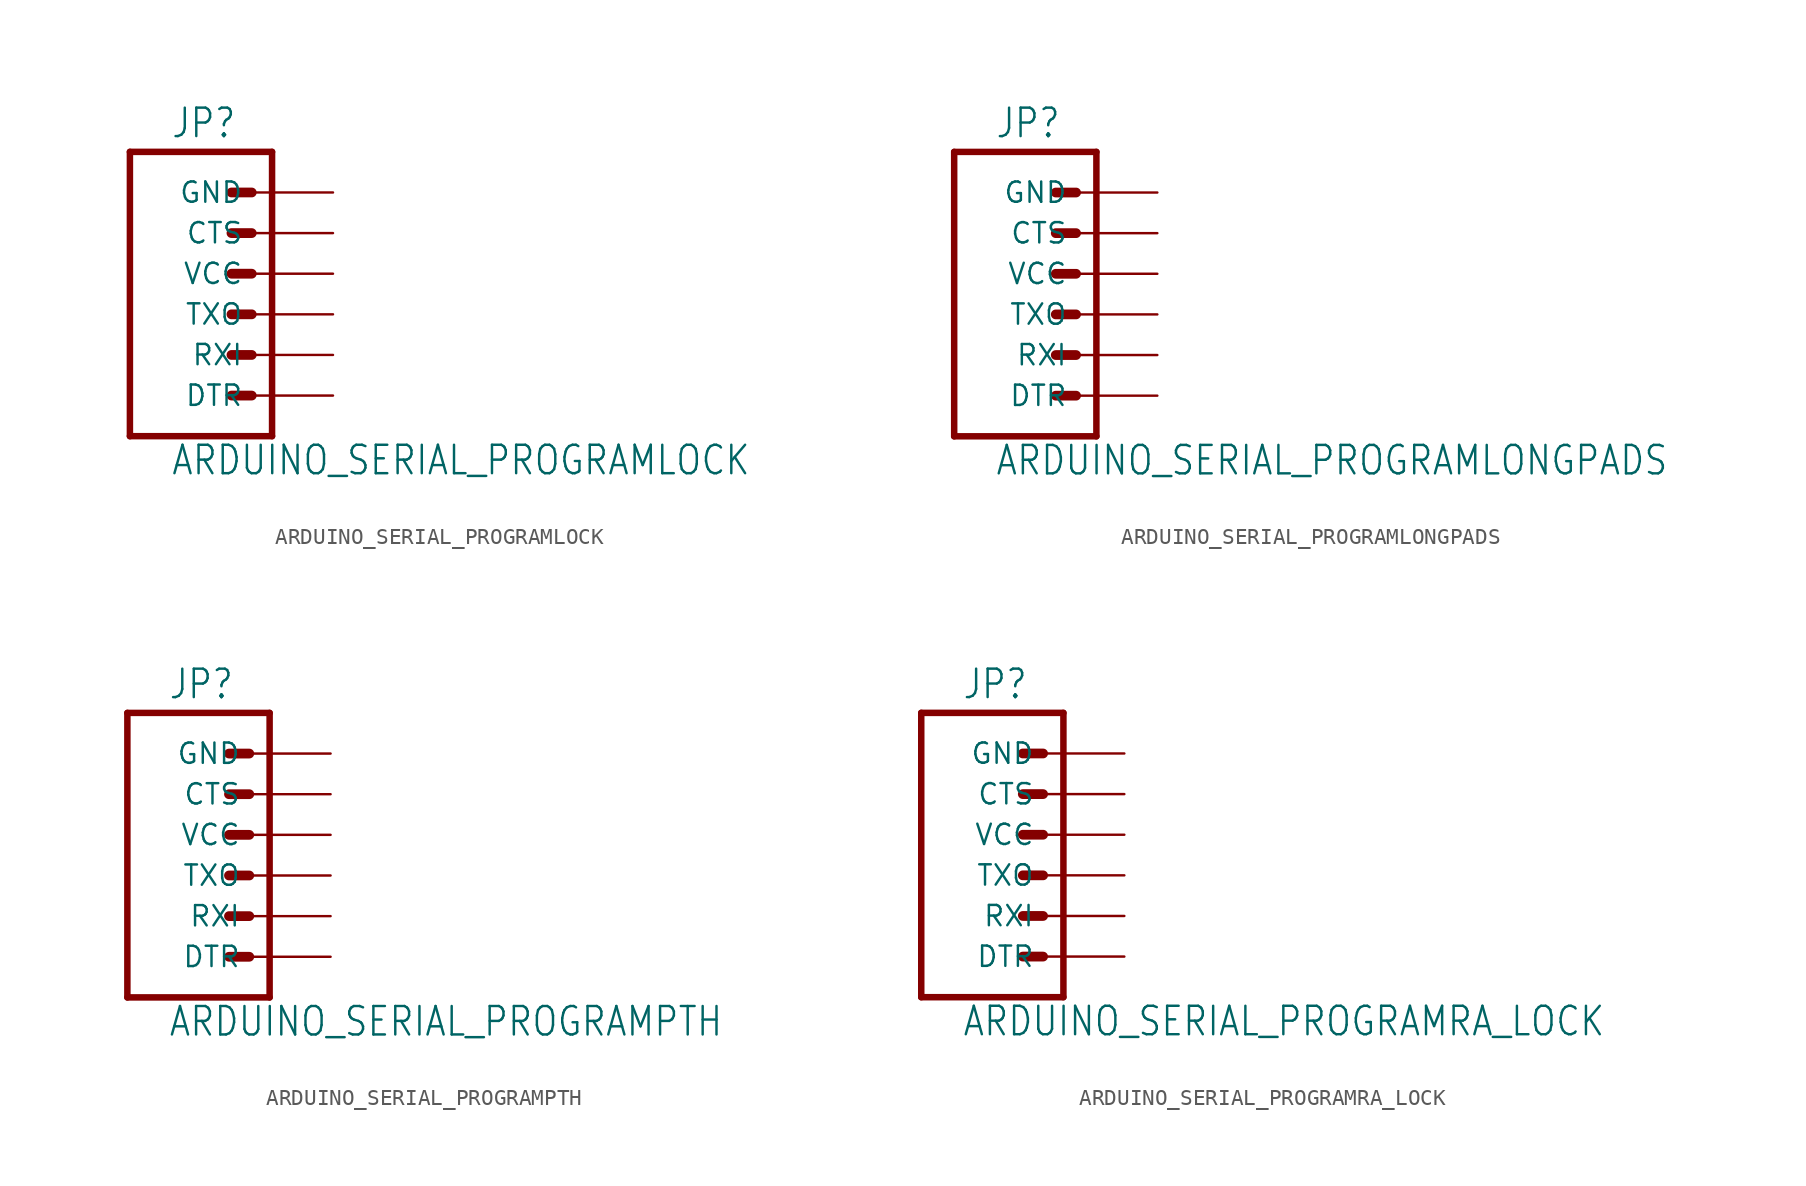
<source format=kicad_sym>
(kicad_symbol_lib
  (version 20211014)
  (generator kicad_symbol_editor)
  (symbol "ARDUINO_SERIAL_PROGRAMLOCK"
    (property "Reference" "JP"
      (at -5.08 10.922 0)
      (effects (font (size 1.778 1.511)) (justify left bottom)))
    (property "Value" "ARDUINO_SERIAL_PROGRAMLOCK"
      (at -5.08 -10.16 0)
      (effects (font (size 1.778 1.511)) (justify left bottom)))
    (property "ki_locked" ""
      (at 0 0 0)
      (effects (font (size 1.27 1.27))))
    (symbol "ARDUINO_SERIAL_PROGRAMLOCK_1_0"
      (polyline (pts (xy -7.62 10.16) (xy -7.62 -7.62)) (stroke (width 0.406) (type default) (color 0 0 0 0)) (fill (type none)))
      (polyline (pts (xy -7.62 10.16) (xy 1.27 10.16)) (stroke (width 0.406) (type default) (color 0 0 0 0)) (fill (type none)))
      (polyline (pts (xy -1.27 -5.08) (xy 0 -5.08)) (stroke (width 0.61) (type default) (color 0 0 0 0)) (fill (type none)))
      (polyline (pts (xy -1.27 -2.54) (xy 0 -2.54)) (stroke (width 0.61) (type default) (color 0 0 0 0)) (fill (type none)))
      (polyline (pts (xy -1.27 0) (xy 0 0)) (stroke (width 0.61) (type default) (color 0 0 0 0)) (fill (type none)))
      (polyline (pts (xy -1.27 2.54) (xy 0 2.54)) (stroke (width 0.61) (type default) (color 0 0 0 0)) (fill (type none)))
      (polyline (pts (xy -1.27 5.08) (xy 0 5.08)) (stroke (width 0.61) (type default) (color 0 0 0 0)) (fill (type none)))
      (polyline (pts (xy -1.27 7.62) (xy 0 7.62)) (stroke (width 0.61) (type default) (color 0 0 0 0)) (fill (type none)))
      (polyline (pts (xy 1.27 -7.62) (xy -7.62 -7.62)) (stroke (width 0.406) (type default) (color 0 0 0 0)) (fill (type none)))
      (polyline (pts (xy 1.27 -7.62) (xy 1.27 10.16)) (stroke (width 0.406) (type default) (color 0 0 0 0)) (fill (type none)))
      (pin passive line (at 5.08 -5.08 180) (length 5.08) (name "DTR" (effects (font (size 1.27 1.27)))) (number "1" (effects (font (size 0 0)))))
      (pin passive line (at 5.08 -2.54 180) (length 5.08) (name "RXI" (effects (font (size 1.27 1.27)))) (number "2" (effects (font (size 0 0)))))
      (pin passive line (at 5.08 0 180) (length 5.08) (name "TXO" (effects (font (size 1.27 1.27)))) (number "3" (effects (font (size 0 0)))))
      (pin passive line (at 5.08 2.54 180) (length 5.08) (name "VCC" (effects (font (size 1.27 1.27)))) (number "4" (effects (font (size 0 0)))))
      (pin passive line (at 5.08 5.08 180) (length 5.08) (name "CTS" (effects (font (size 1.27 1.27)))) (number "5" (effects (font (size 0 0)))))
      (pin passive line (at 5.08 7.62 180) (length 5.08) (name "GND" (effects (font (size 1.27 1.27)))) (number "6" (effects (font (size 0 0)))))))
  (symbol "ARDUINO_SERIAL_PROGRAMLONGPADS"
    (property "Reference" "JP"
      (at -5.08 10.922 0)
      (effects (font (size 1.778 1.511)) (justify left bottom)))
    (property "Value" "ARDUINO_SERIAL_PROGRAMLONGPADS"
      (at -5.08 -10.16 0)
      (effects (font (size 1.778 1.511)) (justify left bottom)))
    (property "ki_locked" ""
      (at 0 0 0)
      (effects (font (size 1.27 1.27))))
    (symbol "ARDUINO_SERIAL_PROGRAMLONGPADS_1_0"
      (polyline (pts (xy -7.62 10.16) (xy -7.62 -7.62)) (stroke (width 0.406) (type default) (color 0 0 0 0)) (fill (type none)))
      (polyline (pts (xy -7.62 10.16) (xy 1.27 10.16)) (stroke (width 0.406) (type default) (color 0 0 0 0)) (fill (type none)))
      (polyline (pts (xy -1.27 -5.08) (xy 0 -5.08)) (stroke (width 0.61) (type default) (color 0 0 0 0)) (fill (type none)))
      (polyline (pts (xy -1.27 -2.54) (xy 0 -2.54)) (stroke (width 0.61) (type default) (color 0 0 0 0)) (fill (type none)))
      (polyline (pts (xy -1.27 0) (xy 0 0)) (stroke (width 0.61) (type default) (color 0 0 0 0)) (fill (type none)))
      (polyline (pts (xy -1.27 2.54) (xy 0 2.54)) (stroke (width 0.61) (type default) (color 0 0 0 0)) (fill (type none)))
      (polyline (pts (xy -1.27 5.08) (xy 0 5.08)) (stroke (width 0.61) (type default) (color 0 0 0 0)) (fill (type none)))
      (polyline (pts (xy -1.27 7.62) (xy 0 7.62)) (stroke (width 0.61) (type default) (color 0 0 0 0)) (fill (type none)))
      (polyline (pts (xy 1.27 -7.62) (xy -7.62 -7.62)) (stroke (width 0.406) (type default) (color 0 0 0 0)) (fill (type none)))
      (polyline (pts (xy 1.27 -7.62) (xy 1.27 10.16)) (stroke (width 0.406) (type default) (color 0 0 0 0)) (fill (type none)))
      (pin passive line (at 5.08 -5.08 180) (length 5.08) (name "DTR" (effects (font (size 1.27 1.27)))) (number "1" (effects (font (size 0 0)))))
      (pin passive line (at 5.08 -2.54 180) (length 5.08) (name "RXI" (effects (font (size 1.27 1.27)))) (number "2" (effects (font (size 0 0)))))
      (pin passive line (at 5.08 0 180) (length 5.08) (name "TXO" (effects (font (size 1.27 1.27)))) (number "3" (effects (font (size 0 0)))))
      (pin passive line (at 5.08 2.54 180) (length 5.08) (name "VCC" (effects (font (size 1.27 1.27)))) (number "4" (effects (font (size 0 0)))))
      (pin passive line (at 5.08 5.08 180) (length 5.08) (name "CTS" (effects (font (size 1.27 1.27)))) (number "5" (effects (font (size 0 0)))))
      (pin passive line (at 5.08 7.62 180) (length 5.08) (name "GND" (effects (font (size 1.27 1.27)))) (number "6" (effects (font (size 0 0)))))))
  (symbol "ARDUINO_SERIAL_PROGRAMPTH"
    (property "Reference" "JP"
      (at -5.08 10.922 0)
      (effects (font (size 1.778 1.511)) (justify left bottom)))
    (property "Value" "ARDUINO_SERIAL_PROGRAMPTH"
      (at -5.08 -10.16 0)
      (effects (font (size 1.778 1.511)) (justify left bottom)))
    (property "ki_locked" ""
      (at 0 0 0)
      (effects (font (size 1.27 1.27))))
    (symbol "ARDUINO_SERIAL_PROGRAMPTH_1_0"
      (polyline (pts (xy -7.62 10.16) (xy -7.62 -7.62)) (stroke (width 0.406) (type default) (color 0 0 0 0)) (fill (type none)))
      (polyline (pts (xy -7.62 10.16) (xy 1.27 10.16)) (stroke (width 0.406) (type default) (color 0 0 0 0)) (fill (type none)))
      (polyline (pts (xy -1.27 -5.08) (xy 0 -5.08)) (stroke (width 0.61) (type default) (color 0 0 0 0)) (fill (type none)))
      (polyline (pts (xy -1.27 -2.54) (xy 0 -2.54)) (stroke (width 0.61) (type default) (color 0 0 0 0)) (fill (type none)))
      (polyline (pts (xy -1.27 0) (xy 0 0)) (stroke (width 0.61) (type default) (color 0 0 0 0)) (fill (type none)))
      (polyline (pts (xy -1.27 2.54) (xy 0 2.54)) (stroke (width 0.61) (type default) (color 0 0 0 0)) (fill (type none)))
      (polyline (pts (xy -1.27 5.08) (xy 0 5.08)) (stroke (width 0.61) (type default) (color 0 0 0 0)) (fill (type none)))
      (polyline (pts (xy -1.27 7.62) (xy 0 7.62)) (stroke (width 0.61) (type default) (color 0 0 0 0)) (fill (type none)))
      (polyline (pts (xy 1.27 -7.62) (xy -7.62 -7.62)) (stroke (width 0.406) (type default) (color 0 0 0 0)) (fill (type none)))
      (polyline (pts (xy 1.27 -7.62) (xy 1.27 10.16)) (stroke (width 0.406) (type default) (color 0 0 0 0)) (fill (type none)))
      (pin passive line (at 5.08 -5.08 180) (length 5.08) (name "DTR" (effects (font (size 1.27 1.27)))) (number "1" (effects (font (size 0 0)))))
      (pin passive line (at 5.08 -2.54 180) (length 5.08) (name "RXI" (effects (font (size 1.27 1.27)))) (number "2" (effects (font (size 0 0)))))
      (pin passive line (at 5.08 0 180) (length 5.08) (name "TXO" (effects (font (size 1.27 1.27)))) (number "3" (effects (font (size 0 0)))))
      (pin passive line (at 5.08 2.54 180) (length 5.08) (name "VCC" (effects (font (size 1.27 1.27)))) (number "4" (effects (font (size 0 0)))))
      (pin passive line (at 5.08 5.08 180) (length 5.08) (name "CTS" (effects (font (size 1.27 1.27)))) (number "5" (effects (font (size 0 0)))))
      (pin passive line (at 5.08 7.62 180) (length 5.08) (name "GND" (effects (font (size 1.27 1.27)))) (number "6" (effects (font (size 0 0)))))))
  (symbol "ARDUINO_SERIAL_PROGRAMRA_LOCK"
    (property "Reference" "JP"
      (at -5.08 10.922 0)
      (effects (font (size 1.778 1.511)) (justify left bottom)))
    (property "Value" "ARDUINO_SERIAL_PROGRAMRA_LOCK"
      (at -5.08 -10.16 0)
      (effects (font (size 1.778 1.511)) (justify left bottom)))
    (property "ki_locked" ""
      (at 0 0 0)
      (effects (font (size 1.27 1.27))))
    (symbol "ARDUINO_SERIAL_PROGRAMRA_LOCK_1_0"
      (polyline (pts (xy -7.62 10.16) (xy -7.62 -7.62)) (stroke (width 0.406) (type default) (color 0 0 0 0)) (fill (type none)))
      (polyline (pts (xy -7.62 10.16) (xy 1.27 10.16)) (stroke (width 0.406) (type default) (color 0 0 0 0)) (fill (type none)))
      (polyline (pts (xy -1.27 -5.08) (xy 0 -5.08)) (stroke (width 0.61) (type default) (color 0 0 0 0)) (fill (type none)))
      (polyline (pts (xy -1.27 -2.54) (xy 0 -2.54)) (stroke (width 0.61) (type default) (color 0 0 0 0)) (fill (type none)))
      (polyline (pts (xy -1.27 0) (xy 0 0)) (stroke (width 0.61) (type default) (color 0 0 0 0)) (fill (type none)))
      (polyline (pts (xy -1.27 2.54) (xy 0 2.54)) (stroke (width 0.61) (type default) (color 0 0 0 0)) (fill (type none)))
      (polyline (pts (xy -1.27 5.08) (xy 0 5.08)) (stroke (width 0.61) (type default) (color 0 0 0 0)) (fill (type none)))
      (polyline (pts (xy -1.27 7.62) (xy 0 7.62)) (stroke (width 0.61) (type default) (color 0 0 0 0)) (fill (type none)))
      (polyline (pts (xy 1.27 -7.62) (xy -7.62 -7.62)) (stroke (width 0.406) (type default) (color 0 0 0 0)) (fill (type none)))
      (polyline (pts (xy 1.27 -7.62) (xy 1.27 10.16)) (stroke (width 0.406) (type default) (color 0 0 0 0)) (fill (type none)))
      (pin passive line (at 5.08 7.62 180) (length 5.08) (name "GND" (effects (font (size 1.27 1.27)))) (number "1" (effects (font (size 0 0)))))
      (pin passive line (at 5.08 5.08 180) (length 5.08) (name "CTS" (effects (font (size 1.27 1.27)))) (number "2" (effects (font (size 0 0)))))
      (pin passive line (at 5.08 2.54 180) (length 5.08) (name "VCC" (effects (font (size 1.27 1.27)))) (number "3" (effects (font (size 0 0)))))
      (pin passive line (at 5.08 0 180) (length 5.08) (name "TXO" (effects (font (size 1.27 1.27)))) (number "4" (effects (font (size 0 0)))))
      (pin passive line (at 5.08 -2.54 180) (length 5.08) (name "RXI" (effects (font (size 1.27 1.27)))) (number "5" (effects (font (size 0 0)))))
      (pin passive line (at 5.08 -5.08 180) (length 5.08) (name "DTR" (effects (font (size 1.27 1.27)))) (number "6" (effects (font (size 0 0))))))))
</source>
